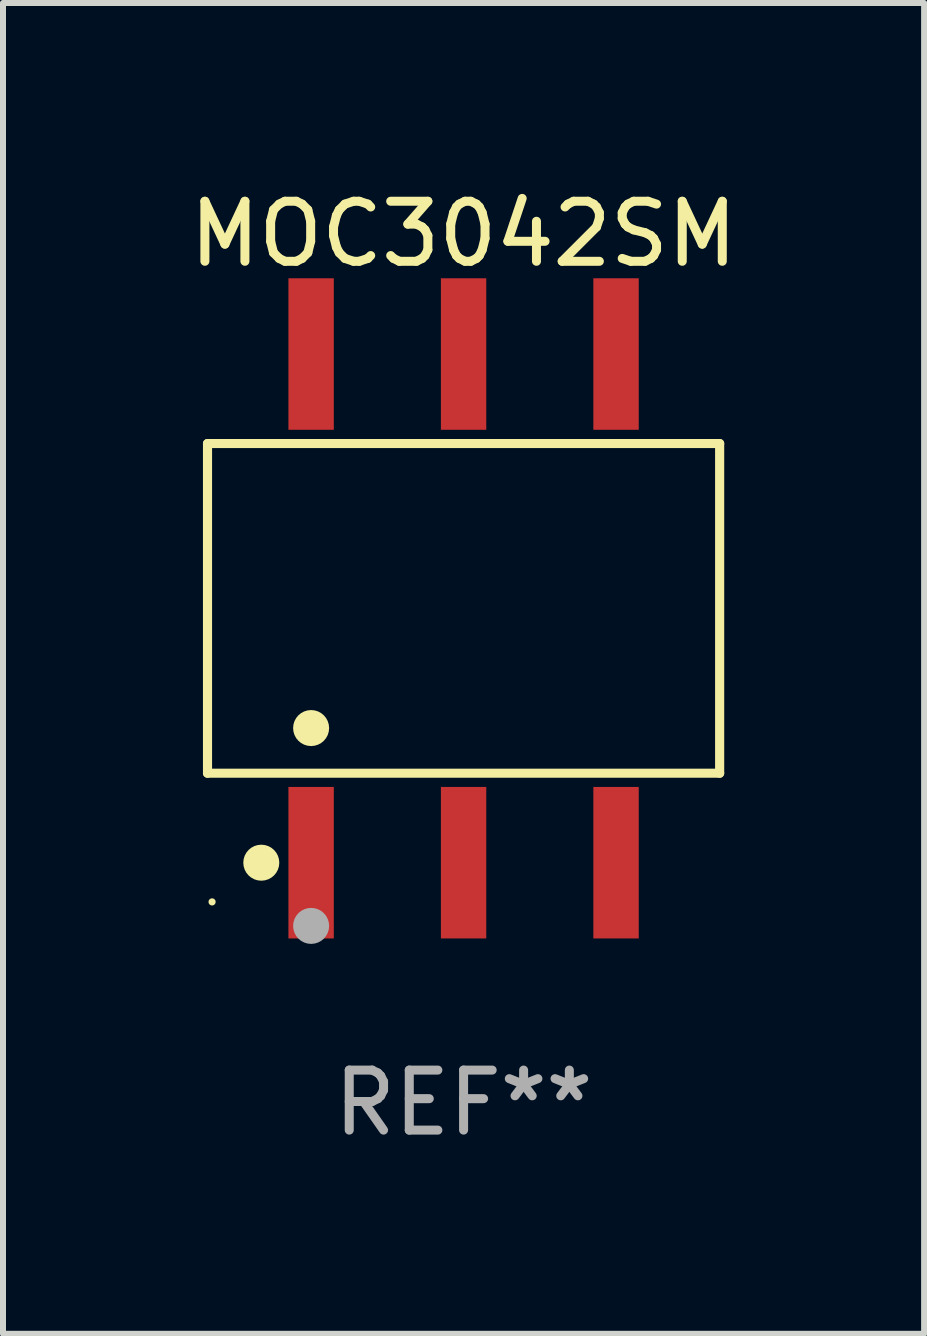
<source format=kicad_pcb>
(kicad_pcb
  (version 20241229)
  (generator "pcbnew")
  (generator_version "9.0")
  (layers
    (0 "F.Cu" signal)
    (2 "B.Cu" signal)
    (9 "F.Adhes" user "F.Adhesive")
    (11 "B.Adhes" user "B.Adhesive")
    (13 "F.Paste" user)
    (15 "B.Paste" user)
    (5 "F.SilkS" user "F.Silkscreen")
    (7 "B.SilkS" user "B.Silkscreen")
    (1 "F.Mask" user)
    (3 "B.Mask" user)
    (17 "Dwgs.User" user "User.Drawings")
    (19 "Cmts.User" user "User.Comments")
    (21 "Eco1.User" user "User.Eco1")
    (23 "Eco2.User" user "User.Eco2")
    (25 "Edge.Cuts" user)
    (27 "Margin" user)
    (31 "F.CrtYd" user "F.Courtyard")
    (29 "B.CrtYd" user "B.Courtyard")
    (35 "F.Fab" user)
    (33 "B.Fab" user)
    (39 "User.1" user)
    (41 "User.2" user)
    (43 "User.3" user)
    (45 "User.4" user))
  (footprint "MOC3042SM"
    (layer "F.Cu")
    (at 4.673 7.085)
    (property "Reference" "MOC3042SM" (at 0 -6.237 0) (layer "F.SilkS") (effects (font (size 1 1) (thickness 0.15))))
    (attr through_hole)
    (fp_line (start -4.266 -2.746) (end 4.266 -2.746) (stroke (width 0.152) (type solid)) (layer "F.SilkS"))
    (fp_line (start -4.266 2.746) (end -4.266 -2.746) (stroke (width 0.152) (type solid)) (layer "F.SilkS"))
    (fp_line (start 4.266 -2.746) (end 4.266 2.746) (stroke (width 0.152) (type solid)) (layer "F.SilkS"))
    (fp_line (start 4.266 2.746) (end -4.266 2.746) (stroke (width 0.152) (type solid)) (layer "F.SilkS"))
    (fp_circle (center -4.19 4.89) (end -4.16 4.89) (stroke (width 0.06) (type solid)) (fill no) (layer "F.SilkS"))
    (fp_circle (center -3.37 4.237) (end -3.22 4.237) (stroke (width 0.3) (type solid)) (fill no) (layer "F.SilkS"))
    (fp_circle (center -2.54 1.994) (end -2.39 1.994) (stroke (width 0.3) (type solid)) (fill no) (layer "F.SilkS"))
    (fp_circle (center -2.54 5.29) (end -2.39 5.29) (stroke (width 0.3) (type solid)) (fill no) (layer "F.Fab"))
    (fp_text user "REF**" (at 0 8.237 0) (layer "F.Fab") (effects (font (size 1 1) (thickness 0.15))))
    (pad "1" smd rect (at -2.54 4.237) (size 0.756 2.524) (layers "F.Cu" "F.Mask" "F.Paste"))
    (pad "2" smd rect (at 0 4.237) (size 0.756 2.524) (layers "F.Cu" "F.Mask" "F.Paste"))
    (pad "3" smd rect (at 2.54 4.237) (size 0.756 2.524) (layers "F.Cu" "F.Mask" "F.Paste"))
    (pad "4" smd rect (at 2.54 -4.237) (size 0.756 2.524) (layers "F.Cu" "F.Mask" "F.Paste"))
    (pad "5" smd rect (at 0 -4.237) (size 0.756 2.524) (layers "F.Cu" "F.Mask" "F.Paste"))
    (pad "6" smd rect (at -2.54 -4.237) (size 0.756 2.524) (layers "F.Cu" "F.Mask" "F.Paste")))
  (gr_rect
    (start -3 -3)
    (end 12.345 19.17)
    (stroke (width 0.1) (type default))
    (fill no)
    (layer "Edge.Cuts")))
</source>
